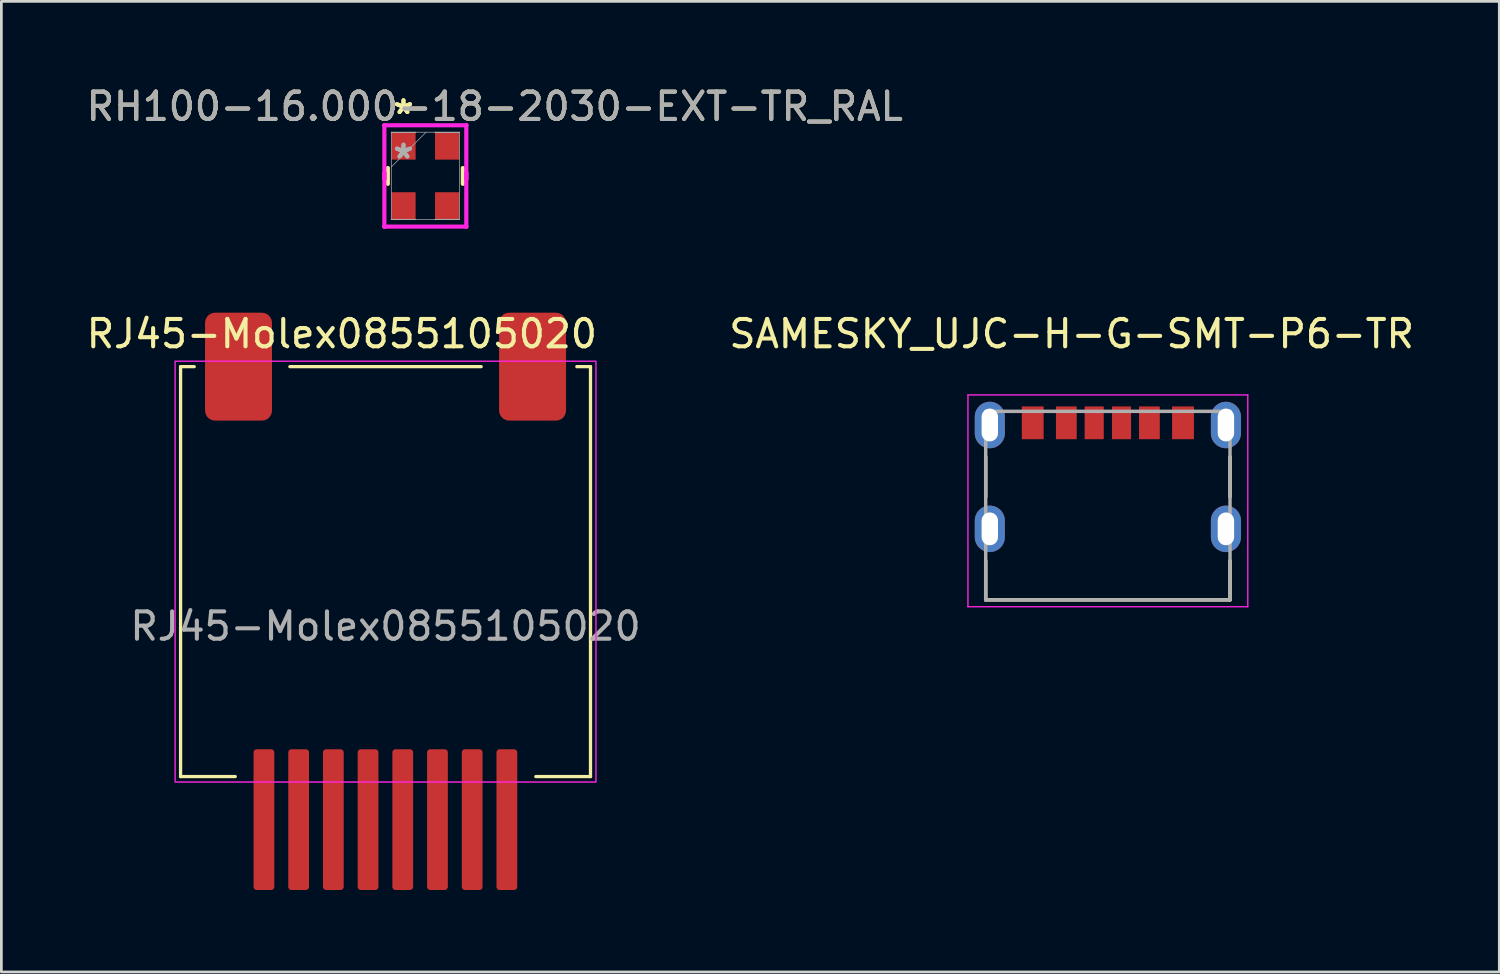
<source format=kicad_pcb>
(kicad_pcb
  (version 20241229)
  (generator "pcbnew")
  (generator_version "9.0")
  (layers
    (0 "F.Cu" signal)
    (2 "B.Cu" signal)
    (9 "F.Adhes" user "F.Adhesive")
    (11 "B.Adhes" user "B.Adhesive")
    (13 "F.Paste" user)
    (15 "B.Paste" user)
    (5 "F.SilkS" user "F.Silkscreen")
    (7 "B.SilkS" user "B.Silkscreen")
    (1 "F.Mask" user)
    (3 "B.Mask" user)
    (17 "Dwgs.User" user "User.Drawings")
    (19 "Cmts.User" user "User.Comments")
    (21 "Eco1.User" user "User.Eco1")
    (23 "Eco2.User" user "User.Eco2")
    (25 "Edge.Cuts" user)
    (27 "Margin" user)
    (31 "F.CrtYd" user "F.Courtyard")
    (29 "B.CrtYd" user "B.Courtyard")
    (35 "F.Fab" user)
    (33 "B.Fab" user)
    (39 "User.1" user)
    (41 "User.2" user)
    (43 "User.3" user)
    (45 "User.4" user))
  (footprint "RJ45-Molex0855105020"
    (layer "F.Cu")
    (at 11.058 17.367)
    (property "Reference" "RJ45-Molex0855105020" (at -1.6 -8.2 0) (unlocked yes) (layer "F.SilkS") (effects (font (size 1 1) (thickness 0.15))))
    (attr smd)
    (fp_line (start -7.5 -7) (end -7.5 8) (stroke (width 0.12) (type solid)) (layer "F.SilkS"))
    (fp_line (start -7.5 -7) (end -7 -7) (stroke (width 0.12) (type default)) (layer "F.SilkS"))
    (fp_line (start -7.5 8) (end -5.5 8) (stroke (width 0.12) (type default)) (layer "F.SilkS"))
    (fp_line (start -3.5 -7) (end 3.5 -7) (stroke (width 0.12) (type default)) (layer "F.SilkS"))
    (fp_line (start 7 -7) (end 7.5 -7) (stroke (width 0.12) (type default)) (layer "F.SilkS"))
    (fp_line (start 7.5 -7) (end 7.5 8) (stroke (width 0.12) (type solid)) (layer "F.SilkS"))
    (fp_line (start 7.5 8) (end 5.5 8) (stroke (width 0.12) (type default)) (layer "F.SilkS"))
    (fp_rect (start -7.7 -7.2) (end 7.7 8.2) (stroke (width 0.05) (type solid)) (fill no) (layer "F.CrtYd"))
    (fp_text user "${REFERENCE}" (at 0 2.5 0) (unlocked yes) (layer "F.Fab") (effects (font (size 1 1) (thickness 0.15))))
    (pad "1" smd roundrect (at 4.44 9.575) (size 0.76 5.15) (layers "F.Cu" "F.Mask" "F.Paste") (roundrect_rratio 0.15))
    (pad "2" smd roundrect (at 3.17 9.575) (size 0.76 5.15) (layers "F.Cu" "F.Mask" "F.Paste") (roundrect_rratio 0.15))
    (pad "3" smd roundrect (at 1.9 9.575) (size 0.76 5.15) (layers "F.Cu" "F.Mask" "F.Paste") (roundrect_rratio 0.15))
    (pad "4" smd roundrect (at 0.63 9.575) (size 0.76 5.15) (layers "F.Cu" "F.Mask" "F.Paste") (roundrect_rratio 0.15))
    (pad "5" smd roundrect (at -0.64 9.575) (size 0.76 5.15) (layers "F.Cu" "F.Mask" "F.Paste") (roundrect_rratio 0.15))
    (pad "6" smd roundrect (at -1.91 9.575) (size 0.76 5.15) (layers "F.Cu" "F.Mask" "F.Paste") (roundrect_rratio 0.15))
    (pad "7" smd roundrect (at -3.18 9.575) (size 0.76 5.15) (layers "F.Cu" "F.Mask" "F.Paste") (roundrect_rratio 0.15))
    (pad "8" smd roundrect (at -4.45 9.575) (size 0.76 5.15) (layers "F.Cu" "F.Mask" "F.Paste") (roundrect_rratio 0.15))
    (pad "9" smd roundrect (at -5.38 -7) (size 2.45 3.95) (layers "F.Cu" "F.Mask" "F.Paste") (roundrect_rratio 0.15))
    (pad "9" smd roundrect (at 5.38 -7) (size 2.45 3.95) (layers "F.Cu" "F.Mask" "F.Paste") (roundrect_rratio 0.15)))
  (footprint "SAMESKY_UJC-H-G-SMT-P6-TR"
    (layer "F.Cu")
    (at 37.49 16.302)
    (property "Reference" "SAMESKY_UJC-H-G-SMT-P6-TR" (at -1.325 -7.135 0) (layer "F.SilkS") (effects (font (size 1 1) (thickness 0.15))))
    (attr smd)
    (fp_line (start -4.47 -2.63) (end -4.47 -1.17) (stroke (width 0.127) (type solid)) (layer "F.SilkS"))
    (fp_line (start -4.47 1.17) (end -4.47 2.6) (stroke (width 0.127) (type solid)) (layer "F.SilkS"))
    (fp_line (start -4.47 2.6) (end 4.47 2.6) (stroke (width 0.127) (type solid)) (layer "F.SilkS"))
    (fp_line (start 4.47 -2.63) (end 4.47 -1.17) (stroke (width 0.127) (type solid)) (layer "F.SilkS"))
    (fp_line (start 4.47 2.6) (end 4.47 1.17) (stroke (width 0.127) (type solid)) (layer "F.SilkS"))
    (fp_line (start -5.12 -4.9) (end 5.12 -4.9) (stroke (width 0.05) (type solid)) (layer "F.CrtYd"))
    (fp_line (start -5.12 2.85) (end -5.12 -4.9) (stroke (width 0.05) (type solid)) (layer "F.CrtYd"))
    (fp_line (start 5.12 -4.9) (end 5.12 2.85) (stroke (width 0.05) (type solid)) (layer "F.CrtYd"))
    (fp_line (start 5.12 2.85) (end -5.12 2.85) (stroke (width 0.05) (type solid)) (layer "F.CrtYd"))
    (fp_line (start -4.47 -4.3) (end -4.47 2.6) (stroke (width 0.127) (type solid)) (layer "F.Fab"))
    (fp_line (start -4.47 2.6) (end 4.47 2.6) (stroke (width 0.127) (type solid)) (layer "F.Fab"))
    (fp_line (start 4.47 -4.3) (end -4.47 -4.3) (stroke (width 0.127) (type solid)) (layer "F.Fab"))
    (fp_line (start 4.47 2.6) (end 4.47 -4.3) (stroke (width 0.127) (type solid)) (layer "F.Fab"))
    (pad "A5" smd rect (at -0.5 -3.88) (size 0.7 1.2) (layers "F.Cu" "F.Mask" "F.Paste"))
    (pad "A9" smd rect (at 1.52 -3.88) (size 0.76 1.2) (layers "F.Cu" "F.Mask" "F.Paste"))
    (pad "A12" smd rect (at 2.75 -3.88) (size 0.8 1.2) (layers "F.Cu" "F.Mask" "F.Paste"))
    (pad "B5" smd rect (at 0.5 -3.88) (size 0.7 1.2) (layers "F.Cu" "F.Mask" "F.Paste"))
    (pad "B9" smd rect (at -1.52 -3.88) (size 0.76 1.2) (layers "F.Cu" "F.Mask" "F.Paste"))
    (pad "B12" smd rect (at -2.75 -3.88) (size 0.8 1.2) (layers "F.Cu" "F.Mask" "F.Paste"))
    (pad "SH1" thru_hole oval (at -4.32 -3.8) (size 1.1 1.7) (drill oval 0.6 1.2) (layers "*.Cu" "*.Mask"))
    (pad "SH2" thru_hole oval (at -4.32 0) (size 1.1 1.7) (drill oval 0.6 1.2) (layers "*.Cu" "*.Mask"))
    (pad "SH3" thru_hole oval (at 4.32 -3.8) (size 1.1 1.7) (drill oval 0.6 1.2) (layers "*.Cu" "*.Mask"))
    (pad "SH4" thru_hole oval (at 4.32 0) (size 1.1 1.7) (drill oval 0.6 1.2) (layers "*.Cu" "*.Mask")))
  (footprint "RH100-16.000-18-2030-EXT-TR_RAL"
    (layer "F.Cu")
    (at 12.514 3.388)
    (property "Reference" "RH100-16.000-18-2030-EXT-TR_RAL" (at 2.54 -2.54 0) (unlocked yes) (layer "F.SilkS") (effects (font (size 1 1) (thickness 0.15))))
    (attr smd)
    (fp_line (start -1.372 -0.289) (end -1.372 0.289) (stroke (width 0.152) (type solid)) (layer "F.SilkS"))
    (fp_line (start 1.372 0.289) (end 1.372 -0.289) (stroke (width 0.152) (type solid)) (layer "F.SilkS"))
    (fp_line (start -1.499 -1.854) (end -1.499 -1.854) (stroke (width 0.152) (type solid)) (layer "F.CrtYd"))
    (fp_line (start -1.499 -1.854) (end -1.499 -1.854) (stroke (width 0.152) (type solid)) (layer "F.CrtYd"))
    (fp_line (start -1.499 -1.854) (end 1.499 -1.854) (stroke (width 0.152) (type solid)) (layer "F.CrtYd"))
    (fp_line (start -1.499 -0.102) (end -1.499 -0.102) (stroke (width 0.152) (type solid)) (layer "F.CrtYd"))
    (fp_line (start -1.499 -0.102) (end -1.499 0.102) (stroke (width 0.152) (type solid)) (layer "F.CrtYd"))
    (fp_line (start -1.499 0.102) (end -1.499 -1.854) (stroke (width 0.152) (type solid)) (layer "F.CrtYd"))
    (fp_line (start -1.499 0.102) (end -1.499 0.102) (stroke (width 0.152) (type solid)) (layer "F.CrtYd"))
    (fp_line (start -1.499 1.854) (end -1.499 -0.102) (stroke (width 0.152) (type solid)) (layer "F.CrtYd"))
    (fp_line (start -1.499 1.854) (end -1.499 1.854) (stroke (width 0.152) (type solid)) (layer "F.CrtYd"))
    (fp_line (start -1.499 1.854) (end -1.499 1.854) (stroke (width 0.152) (type solid)) (layer "F.CrtYd"))
    (fp_line (start 1.499 -1.854) (end 1.499 -1.854) (stroke (width 0.152) (type solid)) (layer "F.CrtYd"))
    (fp_line (start 1.499 -1.854) (end 1.499 -1.854) (stroke (width 0.152) (type solid)) (layer "F.CrtYd"))
    (fp_line (start 1.499 -1.854) (end 1.499 0.102) (stroke (width 0.152) (type solid)) (layer "F.CrtYd"))
    (fp_line (start 1.499 -0.102) (end 1.499 -0.102) (stroke (width 0.152) (type solid)) (layer "F.CrtYd"))
    (fp_line (start 1.499 -0.102) (end 1.499 1.854) (stroke (width 0.152) (type solid)) (layer "F.CrtYd"))
    (fp_line (start 1.499 0.102) (end 1.499 -0.102) (stroke (width 0.152) (type solid)) (layer "F.CrtYd"))
    (fp_line (start 1.499 0.102) (end 1.499 0.102) (stroke (width 0.152) (type solid)) (layer "F.CrtYd"))
    (fp_line (start 1.499 1.854) (end -1.499 1.854) (stroke (width 0.152) (type solid)) (layer "F.CrtYd"))
    (fp_line (start 1.499 1.854) (end 1.499 1.854) (stroke (width 0.152) (type solid)) (layer "F.CrtYd"))
    (fp_line (start 1.499 1.854) (end 1.499 1.854) (stroke (width 0.152) (type solid)) (layer "F.CrtYd"))
    (fp_line (start -1.245 -1.6) (end -1.245 -1.6) (stroke (width 0.025) (type solid)) (layer "F.Fab"))
    (fp_line (start -1.245 -1.6) (end -1.245 1.6) (stroke (width 0.025) (type solid)) (layer "F.Fab"))
    (fp_line (start -1.245 -1.6) (end -0.356 -1.6) (stroke (width 0.025) (type solid)) (layer "F.Fab"))
    (fp_line (start -1.245 -1.587) (end -1.245 -1.6) (stroke (width 0.025) (type solid)) (layer "F.Fab"))
    (fp_line (start -1.245 -0.33) (end 0.025 -1.6) (stroke (width 0.025) (type solid)) (layer "F.Fab"))
    (fp_line (start -1.245 1.587) (end -0.356 1.587) (stroke (width 0.025) (type solid)) (layer "F.Fab"))
    (fp_line (start -1.245 1.6) (end -1.245 1.587) (stroke (width 0.025) (type solid)) (layer "F.Fab"))
    (fp_line (start -1.245 1.6) (end -1.245 1.6) (stroke (width 0.025) (type solid)) (layer "F.Fab"))
    (fp_line (start -1.245 1.6) (end 1.245 1.6) (stroke (width 0.025) (type solid)) (layer "F.Fab"))
    (fp_line (start -0.356 -1.6) (end -0.356 -1.587) (stroke (width 0.025) (type solid)) (layer "F.Fab"))
    (fp_line (start -0.356 -1.587) (end -1.245 -1.587) (stroke (width 0.025) (type solid)) (layer "F.Fab"))
    (fp_line (start -0.356 1.587) (end -0.356 1.6) (stroke (width 0.025) (type solid)) (layer "F.Fab"))
    (fp_line (start -0.356 1.6) (end -1.245 1.6) (stroke (width 0.025) (type solid)) (layer "F.Fab"))
    (fp_line (start 0.356 -1.6) (end 1.245 -1.6) (stroke (width 0.025) (type solid)) (layer "F.Fab"))
    (fp_line (start 0.356 -1.587) (end 0.356 -1.6) (stroke (width 0.025) (type solid)) (layer "F.Fab"))
    (fp_line (start 0.356 1.587) (end 1.245 1.587) (stroke (width 0.025) (type solid)) (layer "F.Fab"))
    (fp_line (start 0.356 1.6) (end 0.356 1.587) (stroke (width 0.025) (type solid)) (layer "F.Fab"))
    (fp_line (start 1.245 -1.6) (end -1.245 -1.6) (stroke (width 0.025) (type solid)) (layer "F.Fab"))
    (fp_line (start 1.245 -1.6) (end 1.245 -1.6) (stroke (width 0.025) (type solid)) (layer "F.Fab"))
    (fp_line (start 1.245 -1.6) (end 1.245 -1.587) (stroke (width 0.025) (type solid)) (layer "F.Fab"))
    (fp_line (start 1.245 -1.587) (end 0.356 -1.587) (stroke (width 0.025) (type solid)) (layer "F.Fab"))
    (fp_line (start 1.245 1.587) (end 1.245 1.6) (stroke (width 0.025) (type solid)) (layer "F.Fab"))
    (fp_line (start 1.245 1.6) (end 0.356 1.6) (stroke (width 0.025) (type solid)) (layer "F.Fab"))
    (fp_line (start 1.245 1.6) (end 1.245 -1.6) (stroke (width 0.025) (type solid)) (layer "F.Fab"))
    (fp_line (start 1.245 1.6) (end 1.245 1.6) (stroke (width 0.025) (type solid)) (layer "F.Fab"))
    (fp_text user "*" (at -0.8 -2.223 0) (layer "F.SilkS") (effects (font (size 1 1) (thickness 0.15))))
    (fp_text user "*" (at -0.8 -2.223 0) (unlocked yes) (layer "F.SilkS") (effects (font (size 1 1) (thickness 0.15))))
    (fp_text user "${REFERENCE}" (at 2.54 -2.54 0) (unlocked yes) (layer "F.Fab") (effects (font (size 1 1) (thickness 0.15))))
    (fp_text user "*" (at -0.8 -0.597 0) (layer "F.Fab") (effects (font (size 1 1) (thickness 0.15))))
    (fp_text user "*" (at -0.8 -0.597 0) (unlocked yes) (layer "F.Fab") (effects (font (size 1 1) (thickness 0.15))))
    (pad "1" smd rect (at -0.8 -1.092) (size 0.889 0.991) (layers "F.Cu" "F.Mask" "F.Paste"))
    (pad "2" smd rect (at -0.8 1.092) (size 0.889 0.991) (layers "F.Cu" "F.Mask" "F.Paste"))
    (pad "3" smd rect (at 0.8 1.092) (size 0.889 0.991) (layers "F.Cu" "F.Mask" "F.Paste"))
    (pad "4" smd rect (at 0.8 -1.092) (size 0.889 0.991) (layers "F.Cu" "F.Mask" "F.Paste")))
  (gr_rect
    (start -3 -3)
    (end 51.814 32.517)
    (stroke (width 0.1) (type default))
    (fill no)
    (layer "Edge.Cuts")))
</source>
